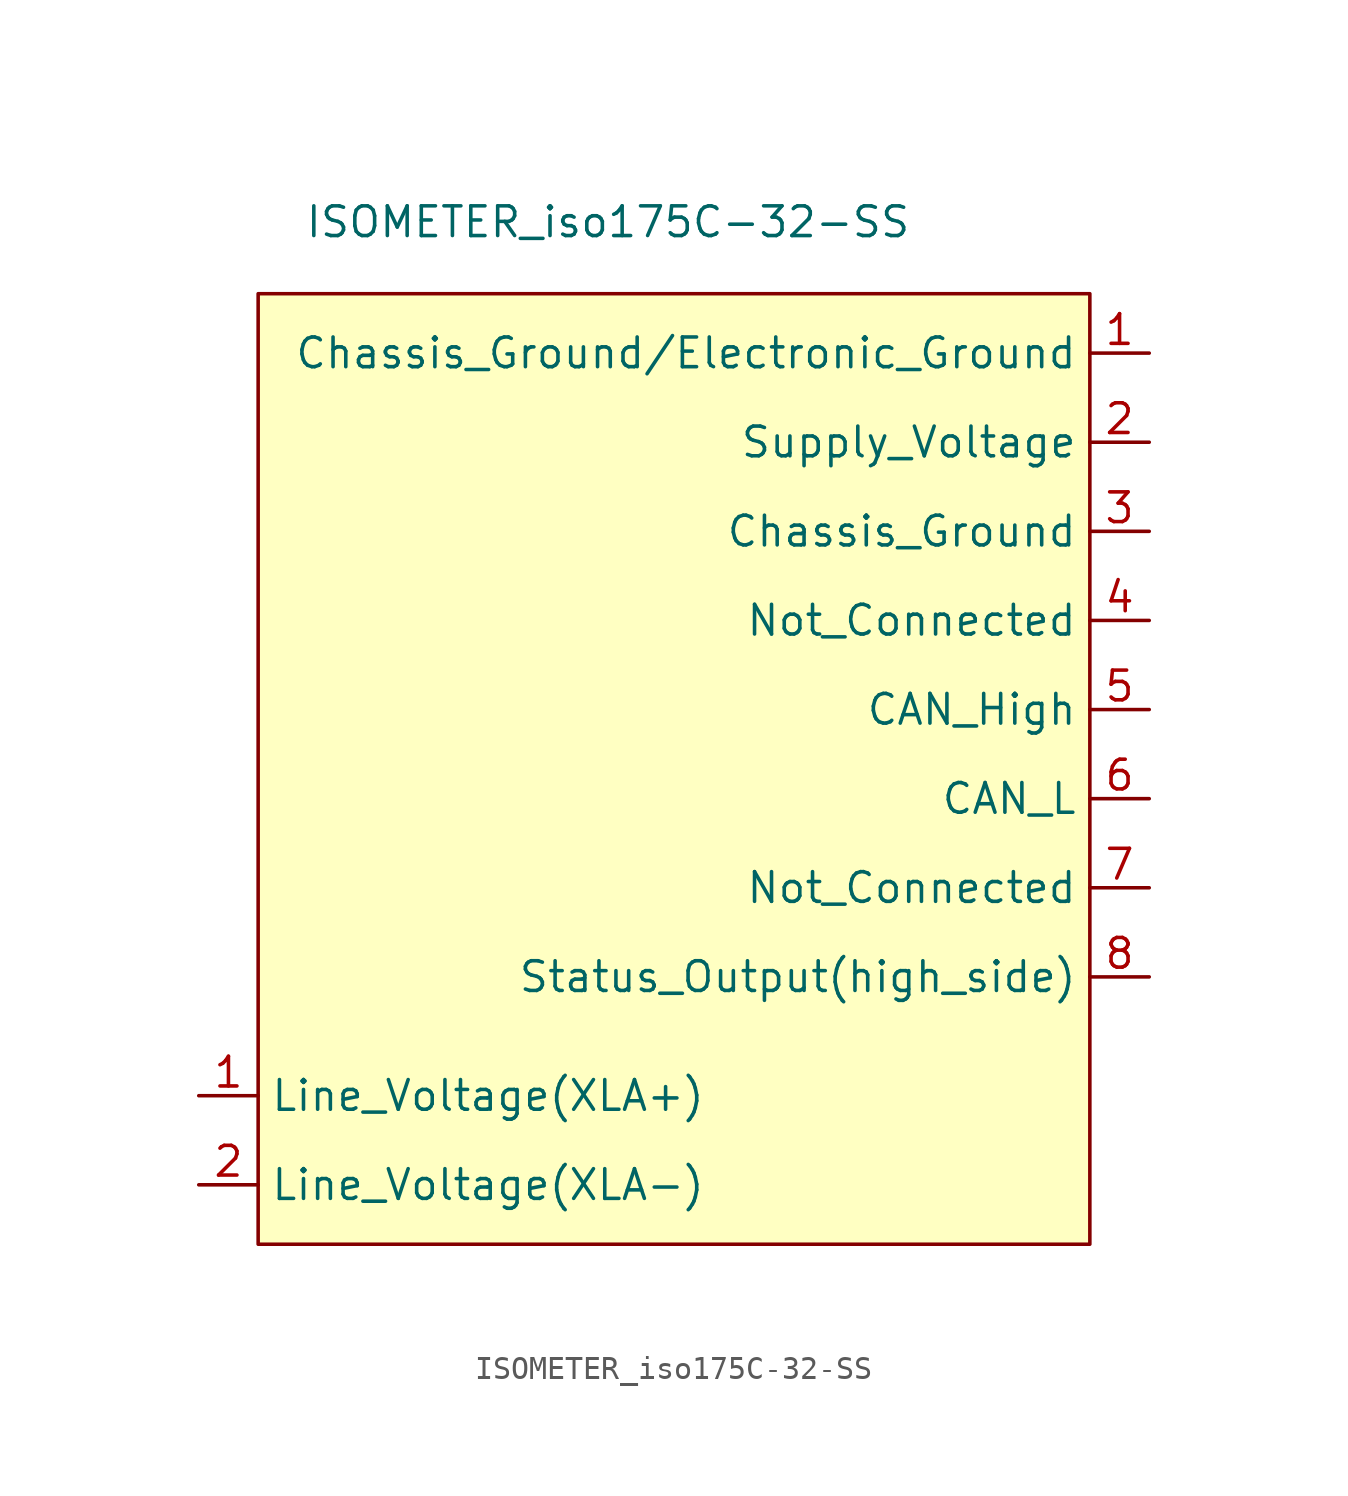
<source format=kicad_sym>
(kicad_symbol_lib
  (version 20220914)
  (generator kicad_symbol_editor)
  (symbol "ISOMETER_iso175C-32-SS"
    (property "Reference" "U13"
      (at -10.16 17.78 0)
      (effects (font (size 1.27 1.27)) hide))
    (property "Value" "ISOMETER_iso175C-32-SS"
      (at 10.16 17.78 0)
      (effects (font (size 1.27 1.27)) (justify right top)))
    (symbol "ISOMETER_iso175C-32-SS_0_1"
      (rectangle (start -17.78 13.97) (end 17.78 -26.67) (stroke (width 0) (type default)) (fill (type background))))
    (symbol "ISOMETER_iso175C-32-SS_1_1"
      (pin power_in line (at 20.32 11.43 180) (length 2.54) (name "Chassis_Ground/Electronic_Ground" (effects (font (size 1.27 1.27)))) (number "1" (effects (font (size 1.27 1.27)))))
      (pin power_in line (at -20.32 -20.32 0) (length 2.54) (name "Line_Voltage(XLA+)" (effects (font (size 1.27 1.27)))) (number "1" (effects (font (size 1.27 1.27)))))
      (pin power_in line (at -20.32 -24.13 0) (length 2.54) (name "Line_Voltage(XLA-)" (effects (font (size 1.27 1.27)))) (number "2" (effects (font (size 1.27 1.27)))))
      (pin power_in line (at 20.32 7.62 180) (length 2.54) (name "Supply_Voltage" (effects (font (size 1.27 1.27)))) (number "2" (effects (font (size 1.27 1.27)))))
      (pin input line (at 20.32 3.81 180) (length 2.54) (name "Chassis_Ground" (effects (font (size 1.27 1.27)))) (number "3" (effects (font (size 1.27 1.27)))))
      (pin passive line (at 20.32 0 180) (length 2.54) (name "Not_Connected" (effects (font (size 1.27 1.27)))) (number "4" (effects (font (size 1.27 1.27)))))
      (pin output line (at 20.32 -3.81 180) (length 2.54) (name "CAN_High" (effects (font (size 1.27 1.27)))) (number "5" (effects (font (size 1.27 1.27)))))
      (pin output line (at 20.32 -7.62 180) (length 2.54) (name "CAN_L" (effects (font (size 1.27 1.27)))) (number "6" (effects (font (size 1.27 1.27)))))
      (pin passive line (at 20.32 -11.43 180) (length 2.54) (name "Not_Connected" (effects (font (size 1.27 1.27)))) (number "7" (effects (font (size 1.27 1.27)))))
      (pin output line (at 20.32 -15.24 180) (length 2.54) (name "Status_Output(high_side)" (effects (font (size 1.27 1.27)))) (number "8" (effects (font (size 1.27 1.27))))))))
</source>
